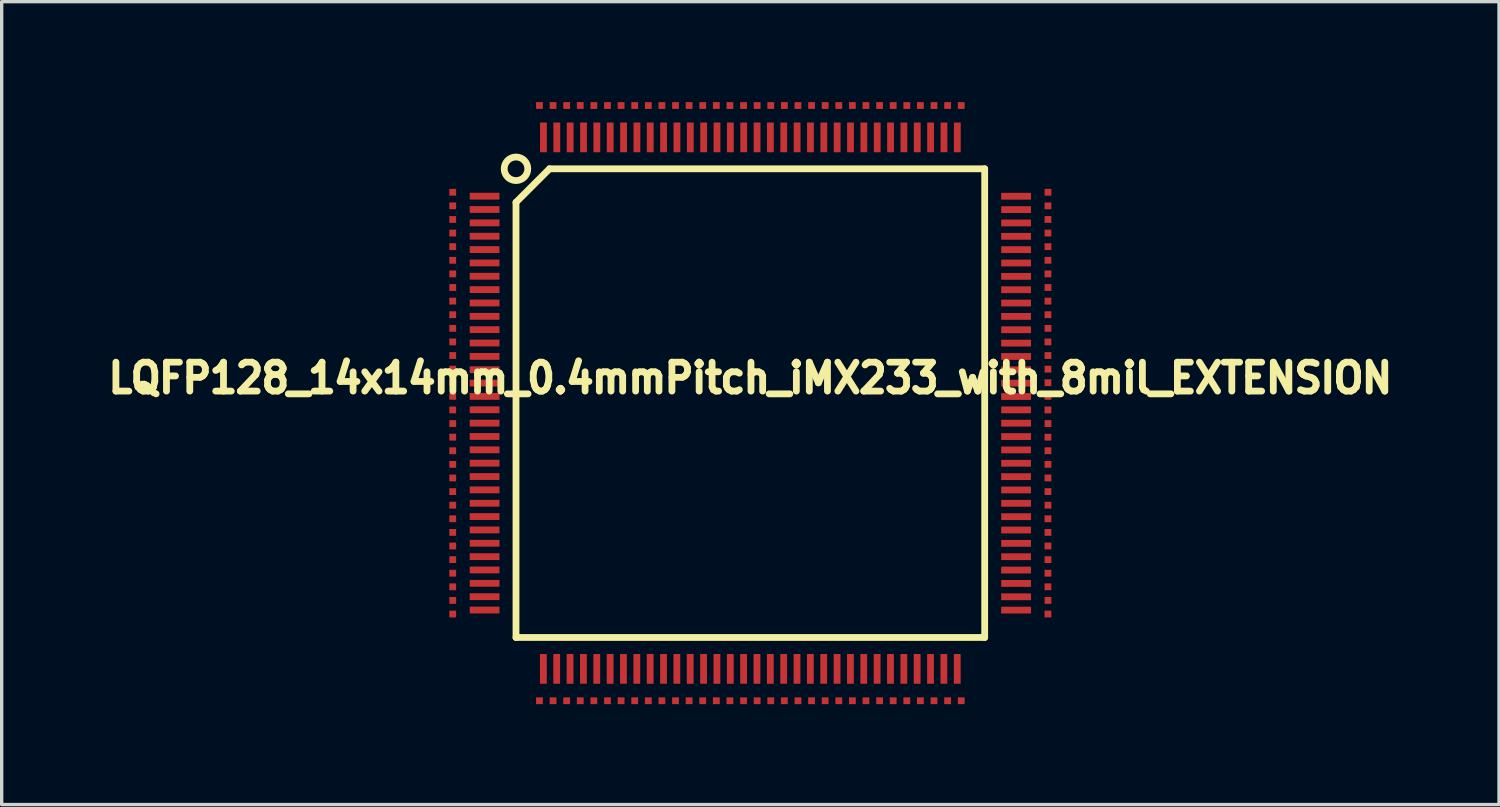
<source format=kicad_pcb>
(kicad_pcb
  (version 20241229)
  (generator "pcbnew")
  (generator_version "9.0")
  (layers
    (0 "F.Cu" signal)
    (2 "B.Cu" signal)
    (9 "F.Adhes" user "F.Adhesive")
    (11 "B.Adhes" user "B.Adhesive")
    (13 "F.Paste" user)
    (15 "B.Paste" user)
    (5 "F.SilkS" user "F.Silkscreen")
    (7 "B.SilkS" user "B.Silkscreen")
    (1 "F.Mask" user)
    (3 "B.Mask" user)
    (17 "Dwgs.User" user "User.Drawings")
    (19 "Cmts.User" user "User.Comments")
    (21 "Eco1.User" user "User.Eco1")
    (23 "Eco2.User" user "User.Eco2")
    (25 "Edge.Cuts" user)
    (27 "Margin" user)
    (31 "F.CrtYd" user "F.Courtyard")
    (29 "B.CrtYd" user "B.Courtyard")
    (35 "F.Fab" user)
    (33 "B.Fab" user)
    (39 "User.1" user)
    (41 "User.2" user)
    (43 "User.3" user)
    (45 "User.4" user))
  (footprint "LQFP128_14x14mm_0.4mmPitch_iMX233_with_8mil_EXTENSION"
    (layer "F.Cu")
    (at 19.363 8.992)
    (property "Reference" "LQFP128_14x14mm_0.4mmPitch_iMX233_with_8mil_EXTENSION" (at 0 -0.749 0) (layer "F.SilkS") (effects (font (size 0.864 0.813) (thickness 0.203))))
    (attr smd)
    (fp_line (start -7 -5.999) (end -7 7) (stroke (width 0.203) (type solid)) (layer "F.SilkS"))
    (fp_line (start -7 7) (end 7 7) (stroke (width 0.203) (type solid)) (layer "F.SilkS"))
    (fp_line (start -5.999 -7) (end -7 -5.999) (stroke (width 0.203) (type solid)) (layer "F.SilkS"))
    (fp_line (start 7 -7) (end -5.999 -7) (stroke (width 0.203) (type solid)) (layer "F.SilkS"))
    (fp_line (start 7 7) (end 7 -7) (stroke (width 0.203) (type solid)) (layer "F.SilkS"))
    (fp_circle (center -7 -7) (end -7.249 -7.249) (stroke (width 0.203) (type solid)) (fill no) (layer "F.SilkS"))
    (pad "1" smd rect (at -8.89 -6.299 90) (size 0.203 0.203) (layers "F.Cu"))
    (pad "1" smd rect (at -7.938 -6.182 90) (size 0.203 0.889) (layers "F.Cu" "F.Mask" "F.Paste"))
    (pad "2" smd rect (at -8.89 -5.893 90) (size 0.203 0.203) (layers "F.Cu"))
    (pad "2" smd rect (at -7.938 -5.784 90) (size 0.203 0.889) (layers "F.Cu" "F.Mask" "F.Paste"))
    (pad "3" smd rect (at -8.89 -5.486 90) (size 0.203 0.203) (layers "F.Cu"))
    (pad "3" smd rect (at -7.938 -5.385 90) (size 0.203 0.889) (layers "F.Cu" "F.Mask" "F.Paste"))
    (pad "4" smd rect (at -8.89 -5.08 90) (size 0.203 0.203) (layers "F.Cu"))
    (pad "4" smd rect (at -7.938 -4.986 90) (size 0.203 0.889) (layers "F.Cu" "F.Mask" "F.Paste"))
    (pad "5" smd rect (at -8.89 -4.674 90) (size 0.203 0.203) (layers "F.Cu"))
    (pad "5" smd rect (at -7.938 -4.587 90) (size 0.203 0.889) (layers "F.Cu" "F.Mask" "F.Paste"))
    (pad "6" smd rect (at -8.89 -4.267 90) (size 0.203 0.203) (layers "F.Cu"))
    (pad "6" smd rect (at -7.938 -4.188 90) (size 0.203 0.889) (layers "F.Cu" "F.Mask" "F.Paste"))
    (pad "7" smd rect (at -8.89 -3.861 90) (size 0.203 0.203) (layers "F.Cu"))
    (pad "7" smd rect (at -7.938 -3.79 90) (size 0.203 0.889) (layers "F.Cu" "F.Mask" "F.Paste"))
    (pad "8" smd rect (at -8.89 -3.454 90) (size 0.203 0.203) (layers "F.Cu"))
    (pad "8" smd rect (at -7.938 -3.391 90) (size 0.203 0.889) (layers "F.Cu" "F.Mask" "F.Paste"))
    (pad "9" smd rect (at -8.89 -3.048 90) (size 0.203 0.203) (layers "F.Cu"))
    (pad "9" smd rect (at -7.938 -2.992 90) (size 0.203 0.889) (layers "F.Cu" "F.Mask" "F.Paste"))
    (pad "10" smd rect (at -8.89 -2.642 90) (size 0.203 0.203) (layers "F.Cu"))
    (pad "10" smd rect (at -7.938 -2.593 90) (size 0.203 0.889) (layers "F.Cu" "F.Mask" "F.Paste"))
    (pad "11" smd rect (at -8.89 -2.235 90) (size 0.203 0.203) (layers "F.Cu"))
    (pad "11" smd rect (at -7.938 -2.195 90) (size 0.203 0.889) (layers "F.Cu" "F.Mask" "F.Paste"))
    (pad "12" smd rect (at -8.89 -1.829 90) (size 0.203 0.203) (layers "F.Cu"))
    (pad "12" smd rect (at -7.938 -1.796 90) (size 0.203 0.889) (layers "F.Cu" "F.Mask" "F.Paste"))
    (pad "13" smd rect (at -8.89 -1.422 90) (size 0.203 0.203) (layers "F.Cu"))
    (pad "13" smd rect (at -7.938 -1.397 90) (size 0.203 0.889) (layers "F.Cu" "F.Mask" "F.Paste"))
    (pad "14" smd rect (at -8.89 -1.016 90) (size 0.203 0.203) (layers "F.Cu"))
    (pad "14" smd rect (at -7.938 -0.998 90) (size 0.203 0.889) (layers "F.Cu" "F.Mask" "F.Paste"))
    (pad "15" smd rect (at -8.89 -0.61 90) (size 0.203 0.203) (layers "F.Cu"))
    (pad "15" smd rect (at -7.938 -0.599 90) (size 0.203 0.889) (layers "F.Cu" "F.Mask" "F.Paste"))
    (pad "16" smd rect (at -8.89 -0.203 90) (size 0.203 0.203) (layers "F.Cu"))
    (pad "16" smd rect (at -7.938 -0.201 90) (size 0.203 0.889) (layers "F.Cu" "F.Mask" "F.Paste"))
    (pad "17" smd rect (at -8.89 0.203 90) (size 0.203 0.203) (layers "F.Cu"))
    (pad "17" smd rect (at -7.938 0.198 90) (size 0.203 0.889) (layers "F.Cu" "F.Mask" "F.Paste"))
    (pad "18" smd rect (at -8.89 0.61 90) (size 0.203 0.203) (layers "F.Cu"))
    (pad "18" smd rect (at -7.938 0.597 90) (size 0.203 0.889) (layers "F.Cu" "F.Mask" "F.Paste"))
    (pad "19" smd rect (at -8.89 1.016 90) (size 0.203 0.203) (layers "F.Cu"))
    (pad "19" smd rect (at -7.938 0.996 90) (size 0.203 0.889) (layers "F.Cu" "F.Mask" "F.Paste"))
    (pad "20" smd rect (at -8.89 1.422 90) (size 0.203 0.203) (layers "F.Cu"))
    (pad "20" smd rect (at -7.938 1.394 90) (size 0.203 0.889) (layers "F.Cu" "F.Mask" "F.Paste"))
    (pad "21" smd rect (at -8.89 1.829 90) (size 0.203 0.203) (layers "F.Cu"))
    (pad "21" smd rect (at -7.938 1.793 90) (size 0.203 0.889) (layers "F.Cu" "F.Mask" "F.Paste"))
    (pad "22" smd rect (at -8.89 2.235 90) (size 0.203 0.203) (layers "F.Cu"))
    (pad "22" smd rect (at -7.938 2.192 90) (size 0.203 0.889) (layers "F.Cu" "F.Mask" "F.Paste"))
    (pad "23" smd rect (at -8.89 2.642 90) (size 0.203 0.203) (layers "F.Cu"))
    (pad "23" smd rect (at -7.938 2.591 90) (size 0.203 0.889) (layers "F.Cu" "F.Mask" "F.Paste"))
    (pad "24" smd rect (at -8.89 3.048 90) (size 0.203 0.203) (layers "F.Cu"))
    (pad "24" smd rect (at -7.938 2.99 90) (size 0.203 0.889) (layers "F.Cu" "F.Mask" "F.Paste"))
    (pad "25" smd rect (at -8.89 3.454 90) (size 0.203 0.203) (layers "F.Cu"))
    (pad "25" smd rect (at -7.938 3.388 90) (size 0.203 0.889) (layers "F.Cu" "F.Mask" "F.Paste"))
    (pad "26" smd rect (at -8.89 3.861 90) (size 0.203 0.203) (layers "F.Cu"))
    (pad "26" smd rect (at -7.938 3.787 90) (size 0.203 0.889) (layers "F.Cu" "F.Mask" "F.Paste"))
    (pad "27" smd rect (at -8.89 4.267 90) (size 0.203 0.203) (layers "F.Cu"))
    (pad "27" smd rect (at -7.938 4.186 90) (size 0.203 0.889) (layers "F.Cu" "F.Mask" "F.Paste"))
    (pad "28" smd rect (at -8.89 4.674 90) (size 0.203 0.203) (layers "F.Cu"))
    (pad "28" smd rect (at -7.938 4.585 90) (size 0.203 0.889) (layers "F.Cu" "F.Mask" "F.Paste"))
    (pad "29" smd rect (at -8.89 5.08 90) (size 0.203 0.203) (layers "F.Cu"))
    (pad "29" smd rect (at -7.938 4.983 90) (size 0.203 0.889) (layers "F.Cu" "F.Mask" "F.Paste"))
    (pad "30" smd rect (at -8.89 5.486 90) (size 0.203 0.203) (layers "F.Cu"))
    (pad "30" smd rect (at -7.938 5.382 90) (size 0.203 0.889) (layers "F.Cu" "F.Mask" "F.Paste"))
    (pad "31" smd rect (at -8.89 5.893 90) (size 0.203 0.203) (layers "F.Cu"))
    (pad "31" smd rect (at -7.938 5.781 90) (size 0.203 0.889) (layers "F.Cu" "F.Mask" "F.Paste"))
    (pad "32" smd rect (at -8.89 6.299 90) (size 0.203 0.203) (layers "F.Cu"))
    (pad "32" smd rect (at -7.938 6.18 90) (size 0.203 0.889) (layers "F.Cu" "F.Mask" "F.Paste"))
    (pad "33" smd rect (at -6.299 8.89) (size 0.203 0.203) (layers "F.Cu"))
    (pad "33" smd rect (at -6.182 7.938) (size 0.203 0.889) (layers "F.Cu" "F.Mask" "F.Paste"))
    (pad "34" smd rect (at -5.893 8.89) (size 0.203 0.203) (layers "F.Cu"))
    (pad "34" smd rect (at -5.784 7.938) (size 0.203 0.889) (layers "F.Cu" "F.Mask" "F.Paste"))
    (pad "35" smd rect (at -5.486 8.89) (size 0.203 0.203) (layers "F.Cu"))
    (pad "35" smd rect (at -5.385 7.938) (size 0.203 0.889) (layers "F.Cu" "F.Mask" "F.Paste"))
    (pad "36" smd rect (at -5.08 8.89) (size 0.203 0.203) (layers "F.Cu"))
    (pad "36" smd rect (at -4.986 7.938) (size 0.203 0.889) (layers "F.Cu" "F.Mask" "F.Paste"))
    (pad "37" smd rect (at -4.674 8.89) (size 0.203 0.203) (layers "F.Cu"))
    (pad "37" smd rect (at -4.587 7.938) (size 0.203 0.889) (layers "F.Cu" "F.Mask" "F.Paste"))
    (pad "38" smd rect (at -4.267 8.89) (size 0.203 0.203) (layers "F.Cu"))
    (pad "38" smd rect (at -4.188 7.938) (size 0.203 0.889) (layers "F.Cu" "F.Mask" "F.Paste"))
    (pad "39" smd rect (at -3.861 8.89) (size 0.203 0.203) (layers "F.Cu"))
    (pad "39" smd rect (at -3.79 7.938) (size 0.203 0.889) (layers "F.Cu" "F.Mask" "F.Paste"))
    (pad "40" smd rect (at -3.454 8.89) (size 0.203 0.203) (layers "F.Cu"))
    (pad "40" smd rect (at -3.391 7.938) (size 0.203 0.889) (layers "F.Cu" "F.Mask" "F.Paste"))
    (pad "41" smd rect (at -3.048 8.89) (size 0.203 0.203) (layers "F.Cu"))
    (pad "41" smd rect (at -2.992 7.938) (size 0.203 0.889) (layers "F.Cu" "F.Mask" "F.Paste"))
    (pad "42" smd rect (at -2.642 8.89) (size 0.203 0.203) (layers "F.Cu"))
    (pad "42" smd rect (at -2.593 7.938) (size 0.203 0.889) (layers "F.Cu" "F.Mask" "F.Paste"))
    (pad "43" smd rect (at -2.235 8.89) (size 0.203 0.203) (layers "F.Cu"))
    (pad "43" smd rect (at -2.195 7.938) (size 0.203 0.889) (layers "F.Cu" "F.Mask" "F.Paste"))
    (pad "44" smd rect (at -1.829 8.89) (size 0.203 0.203) (layers "F.Cu"))
    (pad "44" smd rect (at -1.796 7.938) (size 0.203 0.889) (layers "F.Cu" "F.Mask" "F.Paste"))
    (pad "45" smd rect (at -1.422 8.89) (size 0.203 0.203) (layers "F.Cu"))
    (pad "45" smd rect (at -1.397 7.938) (size 0.203 0.889) (layers "F.Cu" "F.Mask" "F.Paste"))
    (pad "46" smd rect (at -1.016 8.89) (size 0.203 0.203) (layers "F.Cu"))
    (pad "46" smd rect (at -0.998 7.938) (size 0.203 0.889) (layers "F.Cu" "F.Mask" "F.Paste"))
    (pad "47" smd rect (at -0.61 8.89) (size 0.203 0.203) (layers "F.Cu"))
    (pad "47" smd rect (at -0.599 7.938) (size 0.203 0.889) (layers "F.Cu" "F.Mask" "F.Paste"))
    (pad "48" smd rect (at -0.203 8.89) (size 0.203 0.203) (layers "F.Cu"))
    (pad "48" smd rect (at -0.201 7.938) (size 0.203 0.889) (layers "F.Cu" "F.Mask" "F.Paste"))
    (pad "49" smd rect (at 0.198 7.938) (size 0.203 0.889) (layers "F.Cu" "F.Mask" "F.Paste"))
    (pad "49" smd rect (at 0.203 8.89) (size 0.203 0.203) (layers "F.Cu"))
    (pad "50" smd rect (at 0.597 7.938) (size 0.203 0.889) (layers "F.Cu" "F.Mask" "F.Paste"))
    (pad "50" smd rect (at 0.61 8.89) (size 0.203 0.203) (layers "F.Cu"))
    (pad "51" smd rect (at 0.996 7.938) (size 0.203 0.889) (layers "F.Cu" "F.Mask" "F.Paste"))
    (pad "51" smd rect (at 1.016 8.89) (size 0.203 0.203) (layers "F.Cu"))
    (pad "52" smd rect (at 1.394 7.938) (size 0.203 0.889) (layers "F.Cu" "F.Mask" "F.Paste"))
    (pad "52" smd rect (at 1.422 8.89) (size 0.203 0.203) (layers "F.Cu"))
    (pad "53" smd rect (at 1.793 7.938) (size 0.203 0.889) (layers "F.Cu" "F.Mask" "F.Paste"))
    (pad "53" smd rect (at 1.829 8.89) (size 0.203 0.203) (layers "F.Cu"))
    (pad "54" smd rect (at 2.192 7.938) (size 0.203 0.889) (layers "F.Cu" "F.Mask" "F.Paste"))
    (pad "54" smd rect (at 2.235 8.89) (size 0.203 0.203) (layers "F.Cu"))
    (pad "55" smd rect (at 2.591 7.938) (size 0.203 0.889) (layers "F.Cu" "F.Mask" "F.Paste"))
    (pad "55" smd rect (at 2.642 8.89) (size 0.203 0.203) (layers "F.Cu"))
    (pad "56" smd rect (at 2.99 7.938) (size 0.203 0.889) (layers "F.Cu" "F.Mask" "F.Paste"))
    (pad "56" smd rect (at 3.048 8.89) (size 0.203 0.203) (layers "F.Cu"))
    (pad "57" smd rect (at 3.388 7.938) (size 0.203 0.889) (layers "F.Cu" "F.Mask" "F.Paste"))
    (pad "57" smd rect (at 3.454 8.89) (size 0.203 0.203) (layers "F.Cu"))
    (pad "58" smd rect (at 3.787 7.938) (size 0.203 0.889) (layers "F.Cu" "F.Mask" "F.Paste"))
    (pad "58" smd rect (at 3.861 8.89) (size 0.203 0.203) (layers "F.Cu"))
    (pad "59" smd rect (at 4.186 7.938) (size 0.203 0.889) (layers "F.Cu" "F.Mask" "F.Paste"))
    (pad "59" smd rect (at 4.267 8.89) (size 0.203 0.203) (layers "F.Cu"))
    (pad "60" smd rect (at 4.585 7.938) (size 0.203 0.889) (layers "F.Cu" "F.Mask" "F.Paste"))
    (pad "60" smd rect (at 4.674 8.89) (size 0.203 0.203) (layers "F.Cu"))
    (pad "61" smd rect (at 4.983 7.938) (size 0.203 0.889) (layers "F.Cu" "F.Mask" "F.Paste"))
    (pad "61" smd rect (at 5.08 8.89) (size 0.203 0.203) (layers "F.Cu"))
    (pad "62" smd rect (at 5.382 7.938) (size 0.203 0.889) (layers "F.Cu" "F.Mask" "F.Paste"))
    (pad "62" smd rect (at 5.486 8.89) (size 0.203 0.203) (layers "F.Cu"))
    (pad "63" smd rect (at 5.781 7.938) (size 0.203 0.889) (layers "F.Cu" "F.Mask" "F.Paste"))
    (pad "63" smd rect (at 5.893 8.89) (size 0.203 0.203) (layers "F.Cu"))
    (pad "64" smd rect (at 6.18 7.938) (size 0.203 0.889) (layers "F.Cu" "F.Mask" "F.Paste"))
    (pad "64" smd rect (at 6.299 8.89) (size 0.203 0.203) (layers "F.Cu"))
    (pad "65" smd rect (at 7.938 6.182 270) (size 0.203 0.889) (layers "F.Cu" "F.Mask" "F.Paste"))
    (pad "65" smd rect (at 8.89 6.299 270) (size 0.203 0.203) (layers "F.Cu"))
    (pad "66" smd rect (at 7.938 5.784 270) (size 0.203 0.889) (layers "F.Cu" "F.Mask" "F.Paste"))
    (pad "66" smd rect (at 8.89 5.893 270) (size 0.203 0.203) (layers "F.Cu"))
    (pad "67" smd rect (at 7.938 5.385 270) (size 0.203 0.889) (layers "F.Cu" "F.Mask" "F.Paste"))
    (pad "67" smd rect (at 8.89 5.486 270) (size 0.203 0.203) (layers "F.Cu"))
    (pad "68" smd rect (at 7.938 4.986 270) (size 0.203 0.889) (layers "F.Cu" "F.Mask" "F.Paste"))
    (pad "68" smd rect (at 8.89 5.08 270) (size 0.203 0.203) (layers "F.Cu"))
    (pad "69" smd rect (at 7.938 4.587 270) (size 0.203 0.889) (layers "F.Cu" "F.Mask" "F.Paste"))
    (pad "69" smd rect (at 8.89 4.674 270) (size 0.203 0.203) (layers "F.Cu"))
    (pad "70" smd rect (at 7.938 4.188 270) (size 0.203 0.889) (layers "F.Cu" "F.Mask" "F.Paste"))
    (pad "70" smd rect (at 8.89 4.267 270) (size 0.203 0.203) (layers "F.Cu"))
    (pad "71" smd rect (at 7.938 3.79 270) (size 0.203 0.889) (layers "F.Cu" "F.Mask" "F.Paste"))
    (pad "71" smd rect (at 8.89 3.861 270) (size 0.203 0.203) (layers "F.Cu"))
    (pad "72" smd rect (at 7.938 3.391 270) (size 0.203 0.889) (layers "F.Cu" "F.Mask" "F.Paste"))
    (pad "72" smd rect (at 8.89 3.454 270) (size 0.203 0.203) (layers "F.Cu"))
    (pad "73" smd rect (at 7.938 2.992 270) (size 0.203 0.889) (layers "F.Cu" "F.Mask" "F.Paste"))
    (pad "73" smd rect (at 8.89 3.048 270) (size 0.203 0.203) (layers "F.Cu"))
    (pad "74" smd rect (at 7.938 2.593 270) (size 0.203 0.889) (layers "F.Cu" "F.Mask" "F.Paste"))
    (pad "74" smd rect (at 8.89 2.642 270) (size 0.203 0.203) (layers "F.Cu"))
    (pad "75" smd rect (at 7.938 2.195 270) (size 0.203 0.889) (layers "F.Cu" "F.Mask" "F.Paste"))
    (pad "75" smd rect (at 8.89 2.235 270) (size 0.203 0.203) (layers "F.Cu"))
    (pad "76" smd rect (at 7.938 1.796 270) (size 0.203 0.889) (layers "F.Cu" "F.Mask" "F.Paste"))
    (pad "76" smd rect (at 8.89 1.829 270) (size 0.203 0.203) (layers "F.Cu"))
    (pad "77" smd rect (at 7.938 1.397 270) (size 0.203 0.889) (layers "F.Cu" "F.Mask" "F.Paste"))
    (pad "77" smd rect (at 8.89 1.422 270) (size 0.203 0.203) (layers "F.Cu"))
    (pad "78" smd rect (at 7.938 0.998 270) (size 0.203 0.889) (layers "F.Cu" "F.Mask" "F.Paste"))
    (pad "78" smd rect (at 8.89 1.016 270) (size 0.203 0.203) (layers "F.Cu"))
    (pad "79" smd rect (at 7.938 0.599 270) (size 0.203 0.889) (layers "F.Cu" "F.Mask" "F.Paste"))
    (pad "79" smd rect (at 8.89 0.61 270) (size 0.203 0.203) (layers "F.Cu"))
    (pad "80" smd rect (at 7.938 0.201 270) (size 0.203 0.889) (layers "F.Cu" "F.Mask" "F.Paste"))
    (pad "80" smd rect (at 8.89 0.203 270) (size 0.203 0.203) (layers "F.Cu"))
    (pad "81" smd rect (at 7.938 -0.198 270) (size 0.203 0.889) (layers "F.Cu" "F.Mask" "F.Paste"))
    (pad "81" smd rect (at 8.89 -0.203 270) (size 0.203 0.203) (layers "F.Cu"))
    (pad "82" smd rect (at 7.938 -0.597 270) (size 0.203 0.889) (layers "F.Cu" "F.Mask" "F.Paste"))
    (pad "82" smd rect (at 8.89 -0.61 270) (size 0.203 0.203) (layers "F.Cu"))
    (pad "83" smd rect (at 7.938 -0.996 270) (size 0.203 0.889) (layers "F.Cu" "F.Mask" "F.Paste"))
    (pad "83" smd rect (at 8.89 -1.016 270) (size 0.203 0.203) (layers "F.Cu"))
    (pad "84" smd rect (at 7.938 -1.394 270) (size 0.203 0.889) (layers "F.Cu" "F.Mask" "F.Paste"))
    (pad "84" smd rect (at 8.89 -1.422 270) (size 0.203 0.203) (layers "F.Cu"))
    (pad "85" smd rect (at 7.938 -1.793 270) (size 0.203 0.889) (layers "F.Cu" "F.Mask" "F.Paste"))
    (pad "85" smd rect (at 8.89 -1.829 270) (size 0.203 0.203) (layers "F.Cu"))
    (pad "86" smd rect (at 7.938 -2.192 270) (size 0.203 0.889) (layers "F.Cu" "F.Mask" "F.Paste"))
    (pad "86" smd rect (at 8.89 -2.235 270) (size 0.203 0.203) (layers "F.Cu"))
    (pad "87" smd rect (at 7.938 -2.591 270) (size 0.203 0.889) (layers "F.Cu" "F.Mask" "F.Paste"))
    (pad "87" smd rect (at 8.89 -2.642 270) (size 0.203 0.203) (layers "F.Cu"))
    (pad "88" smd rect (at 7.938 -2.99 270) (size 0.203 0.889) (layers "F.Cu" "F.Mask" "F.Paste"))
    (pad "88" smd rect (at 8.89 -3.048 270) (size 0.203 0.203) (layers "F.Cu"))
    (pad "89" smd rect (at 7.938 -3.388 270) (size 0.203 0.889) (layers "F.Cu" "F.Mask" "F.Paste"))
    (pad "89" smd rect (at 8.89 -3.454 270) (size 0.203 0.203) (layers "F.Cu"))
    (pad "90" smd rect (at 7.938 -3.787 270) (size 0.203 0.889) (layers "F.Cu" "F.Mask" "F.Paste"))
    (pad "90" smd rect (at 8.89 -3.861 270) (size 0.203 0.203) (layers "F.Cu"))
    (pad "91" smd rect (at 7.938 -4.186 270) (size 0.203 0.889) (layers "F.Cu" "F.Mask" "F.Paste"))
    (pad "91" smd rect (at 8.89 -4.267 270) (size 0.203 0.203) (layers "F.Cu"))
    (pad "92" smd rect (at 7.938 -4.585 270) (size 0.203 0.889) (layers "F.Cu" "F.Mask" "F.Paste"))
    (pad "92" smd rect (at 8.89 -4.674 270) (size 0.203 0.203) (layers "F.Cu"))
    (pad "93" smd rect (at 7.938 -4.983 270) (size 0.203 0.889) (layers "F.Cu" "F.Mask" "F.Paste"))
    (pad "93" smd rect (at 8.89 -5.08 270) (size 0.203 0.203) (layers "F.Cu"))
    (pad "94" smd rect (at 7.938 -5.382 270) (size 0.203 0.889) (layers "F.Cu" "F.Mask" "F.Paste"))
    (pad "94" smd rect (at 8.89 -5.486 270) (size 0.203 0.203) (layers "F.Cu"))
    (pad "95" smd rect (at 7.938 -5.781 270) (size 0.203 0.889) (layers "F.Cu" "F.Mask" "F.Paste"))
    (pad "95" smd rect (at 8.89 -5.893 270) (size 0.203 0.203) (layers "F.Cu"))
    (pad "96" smd rect (at 7.938 -6.18 270) (size 0.203 0.889) (layers "F.Cu" "F.Mask" "F.Paste"))
    (pad "96" smd rect (at 8.89 -6.299 270) (size 0.203 0.203) (layers "F.Cu"))
    (pad "97" smd rect (at 6.182 -7.938) (size 0.203 0.889) (layers "F.Cu" "F.Mask" "F.Paste"))
    (pad "97" smd rect (at 6.299 -8.89) (size 0.203 0.203) (layers "F.Cu"))
    (pad "98" smd rect (at 5.784 -7.938) (size 0.203 0.889) (layers "F.Cu" "F.Mask" "F.Paste"))
    (pad "98" smd rect (at 5.893 -8.89) (size 0.203 0.203) (layers "F.Cu"))
    (pad "99" smd rect (at 5.385 -7.938) (size 0.203 0.889) (layers "F.Cu" "F.Mask" "F.Paste"))
    (pad "99" smd rect (at 5.486 -8.89) (size 0.203 0.203) (layers "F.Cu"))
    (pad "100" smd rect (at 4.986 -7.938) (size 0.203 0.889) (layers "F.Cu" "F.Mask" "F.Paste"))
    (pad "100" smd rect (at 5.08 -8.89) (size 0.203 0.203) (layers "F.Cu"))
    (pad "101" smd rect (at 4.587 -7.938) (size 0.203 0.889) (layers "F.Cu" "F.Mask" "F.Paste"))
    (pad "101" smd rect (at 4.674 -8.89) (size 0.203 0.203) (layers "F.Cu"))
    (pad "102" smd rect (at 4.188 -7.938) (size 0.203 0.889) (layers "F.Cu" "F.Mask" "F.Paste"))
    (pad "102" smd rect (at 4.267 -8.89) (size 0.203 0.203) (layers "F.Cu"))
    (pad "103" smd rect (at 3.79 -7.938) (size 0.203 0.889) (layers "F.Cu" "F.Mask" "F.Paste"))
    (pad "103" smd rect (at 3.861 -8.89) (size 0.203 0.203) (layers "F.Cu"))
    (pad "104" smd rect (at 3.391 -7.938) (size 0.203 0.889) (layers "F.Cu" "F.Mask" "F.Paste"))
    (pad "104" smd rect (at 3.454 -8.89) (size 0.203 0.203) (layers "F.Cu"))
    (pad "105" smd rect (at 2.992 -7.938) (size 0.203 0.889) (layers "F.Cu" "F.Mask" "F.Paste"))
    (pad "105" smd rect (at 3.048 -8.89) (size 0.203 0.203) (layers "F.Cu"))
    (pad "106" smd rect (at 2.593 -7.938) (size 0.203 0.889) (layers "F.Cu" "F.Mask" "F.Paste"))
    (pad "106" smd rect (at 2.642 -8.89) (size 0.203 0.203) (layers "F.Cu"))
    (pad "107" smd rect (at 2.195 -7.938) (size 0.203 0.889) (layers "F.Cu" "F.Mask" "F.Paste"))
    (pad "107" smd rect (at 2.235 -8.89) (size 0.203 0.203) (layers "F.Cu"))
    (pad "108" smd rect (at 1.796 -7.938) (size 0.203 0.889) (layers "F.Cu" "F.Mask" "F.Paste"))
    (pad "108" smd rect (at 1.829 -8.89) (size 0.203 0.203) (layers "F.Cu"))
    (pad "109" smd rect (at 1.397 -7.938) (size 0.203 0.889) (layers "F.Cu" "F.Mask" "F.Paste"))
    (pad "109" smd rect (at 1.422 -8.89) (size 0.203 0.203) (layers "F.Cu"))
    (pad "110" smd rect (at 0.998 -7.938) (size 0.203 0.889) (layers "F.Cu" "F.Mask" "F.Paste"))
    (pad "110" smd rect (at 1.016 -8.89) (size 0.203 0.203) (layers "F.Cu"))
    (pad "111" smd rect (at 0.599 -7.938) (size 0.203 0.889) (layers "F.Cu" "F.Mask" "F.Paste"))
    (pad "111" smd rect (at 0.61 -8.89) (size 0.203 0.203) (layers "F.Cu"))
    (pad "112" smd rect (at 0.201 -7.938) (size 0.203 0.889) (layers "F.Cu" "F.Mask" "F.Paste"))
    (pad "112" smd rect (at 0.203 -8.89) (size 0.203 0.203) (layers "F.Cu"))
    (pad "113" smd rect (at -0.203 -8.89) (size 0.203 0.203) (layers "F.Cu"))
    (pad "113" smd rect (at -0.198 -7.938) (size 0.203 0.889) (layers "F.Cu" "F.Mask" "F.Paste"))
    (pad "114" smd rect (at -0.61 -8.89) (size 0.203 0.203) (layers "F.Cu"))
    (pad "114" smd rect (at -0.597 -7.938) (size 0.203 0.889) (layers "F.Cu" "F.Mask" "F.Paste"))
    (pad "115" smd rect (at -1.016 -8.89) (size 0.203 0.203) (layers "F.Cu"))
    (pad "115" smd rect (at -0.996 -7.938) (size 0.203 0.889) (layers "F.Cu" "F.Mask" "F.Paste"))
    (pad "116" smd rect (at -1.422 -8.89) (size 0.203 0.203) (layers "F.Cu"))
    (pad "116" smd rect (at -1.394 -7.938) (size 0.203 0.889) (layers "F.Cu" "F.Mask" "F.Paste"))
    (pad "117" smd rect (at -1.829 -8.89) (size 0.203 0.203) (layers "F.Cu"))
    (pad "117" smd rect (at -1.793 -7.938) (size 0.203 0.889) (layers "F.Cu" "F.Mask" "F.Paste"))
    (pad "118" smd rect (at -2.235 -8.89) (size 0.203 0.203) (layers "F.Cu"))
    (pad "118" smd rect (at -2.192 -7.938) (size 0.203 0.889) (layers "F.Cu" "F.Mask" "F.Paste"))
    (pad "119" smd rect (at -2.642 -8.89) (size 0.203 0.203) (layers "F.Cu"))
    (pad "119" smd rect (at -2.591 -7.938) (size 0.203 0.889) (layers "F.Cu" "F.Mask" "F.Paste"))
    (pad "120" smd rect (at -3.048 -8.89) (size 0.203 0.203) (layers "F.Cu"))
    (pad "120" smd rect (at -2.99 -7.938) (size 0.203 0.889) (layers "F.Cu" "F.Mask" "F.Paste"))
    (pad "121" smd rect (at -3.454 -8.89) (size 0.203 0.203) (layers "F.Cu"))
    (pad "121" smd rect (at -3.388 -7.938) (size 0.203 0.889) (layers "F.Cu" "F.Mask" "F.Paste"))
    (pad "122" smd rect (at -3.861 -8.89) (size 0.203 0.203) (layers "F.Cu"))
    (pad "122" smd rect (at -3.787 -7.938) (size 0.203 0.889) (layers "F.Cu" "F.Mask" "F.Paste"))
    (pad "123" smd rect (at -4.267 -8.89) (size 0.203 0.203) (layers "F.Cu"))
    (pad "123" smd rect (at -4.186 -7.938) (size 0.203 0.889) (layers "F.Cu" "F.Mask" "F.Paste"))
    (pad "124" smd rect (at -4.674 -8.89) (size 0.203 0.203) (layers "F.Cu"))
    (pad "124" smd rect (at -4.585 -7.938) (size 0.203 0.889) (layers "F.Cu" "F.Mask" "F.Paste"))
    (pad "125" smd rect (at -5.08 -8.89) (size 0.203 0.203) (layers "F.Cu"))
    (pad "125" smd rect (at -4.983 -7.938) (size 0.203 0.889) (layers "F.Cu" "F.Mask" "F.Paste"))
    (pad "126" smd rect (at -5.486 -8.89) (size 0.203 0.203) (layers "F.Cu"))
    (pad "126" smd rect (at -5.382 -7.938) (size 0.203 0.889) (layers "F.Cu" "F.Mask" "F.Paste"))
    (pad "127" smd rect (at -5.893 -8.89) (size 0.203 0.203) (layers "F.Cu"))
    (pad "127" smd rect (at -5.781 -7.938) (size 0.203 0.889) (layers "F.Cu" "F.Mask" "F.Paste"))
    (pad "128" smd rect (at -6.299 -8.89) (size 0.203 0.203) (layers "F.Cu"))
    (pad "128" smd rect (at -6.18 -7.938) (size 0.203 0.889) (layers "F.Cu" "F.Mask" "F.Paste")))
  (gr_rect
    (start -3 -3)
    (end 41.726 20.983)
    (stroke (width 0.1) (type default))
    (fill no)
    (layer "Edge.Cuts")))
</source>
